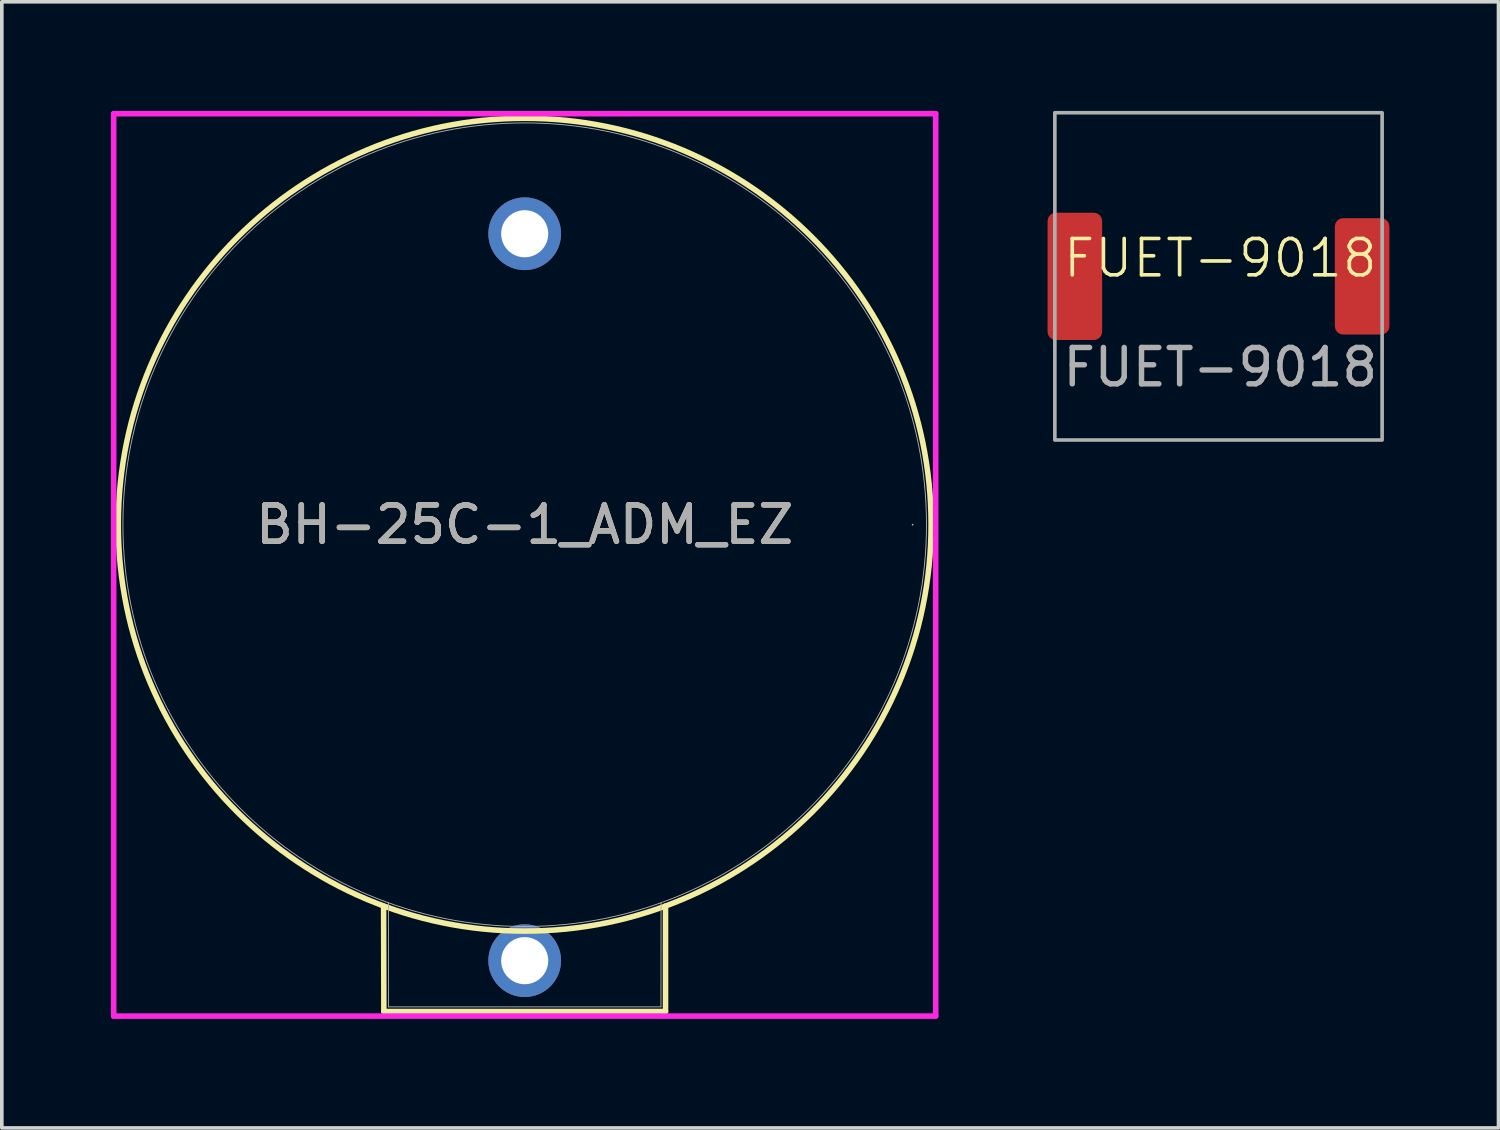
<source format=kicad_pcb>
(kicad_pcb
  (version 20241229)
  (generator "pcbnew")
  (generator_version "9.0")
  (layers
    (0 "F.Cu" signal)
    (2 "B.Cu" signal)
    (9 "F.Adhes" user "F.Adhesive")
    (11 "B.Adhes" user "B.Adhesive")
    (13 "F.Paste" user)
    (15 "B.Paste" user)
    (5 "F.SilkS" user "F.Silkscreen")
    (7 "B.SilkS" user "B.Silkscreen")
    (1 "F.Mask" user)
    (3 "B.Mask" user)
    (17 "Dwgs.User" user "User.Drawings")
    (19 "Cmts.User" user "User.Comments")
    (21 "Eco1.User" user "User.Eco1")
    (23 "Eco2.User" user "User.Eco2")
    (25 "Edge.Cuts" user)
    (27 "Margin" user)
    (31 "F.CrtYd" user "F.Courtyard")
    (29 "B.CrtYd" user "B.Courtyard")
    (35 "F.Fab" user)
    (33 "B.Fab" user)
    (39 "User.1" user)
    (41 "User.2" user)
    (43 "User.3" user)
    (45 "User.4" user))
  (footprint "FUET-9018"
    (layer "F.Cu")
    (at 30.458 4.55)
    (property "Reference" "FUET-9018" (at 0.05 -0.5 0) (unlocked yes) (layer "F.SilkS") (effects (font (size 1 1) (thickness 0.1))))
    (attr smd)
    (fp_rect (start -4.5 -4.5) (end 4.5 4.5) (stroke (width 0.1) (type solid)) (fill no) (layer "F.Fab"))
    (fp_text user "${REFERENCE}" (at 0.05 2.5 0) (unlocked yes) (layer "F.Fab") (effects (font (size 1 1) (thickness 0.15))))
    (pad "1" smd roundrect (at -3.95 0) (size 1.5 3.5) (layers "F.Cu" "F.Mask" "F.Paste") (roundrect_rratio 0.15))
    (pad "2" smd roundrect (at 3.95 0) (size 1.5 3.2) (layers "F.Cu" "F.Mask" "F.Paste") (roundrect_rratio 0.15)))
  (footprint "BH-25C-1_ADM_EZ"
    (layer "F.Cu")
    (at 11.379 3.378)
    (property "Reference" "BH-25C-1_ADM_EZ" (at 0 8.001 0) (unlocked yes) (layer "F.SilkS") (effects (font (size 1 1) (thickness 0.15))))
    (attr through_hole)
    (fp_line (start -3.88 18.49) (end -3.873 21.387) (stroke (width 0.152) (type solid)) (layer "F.SilkS"))
    (fp_line (start -3.873 21.387) (end 3.873 21.387) (stroke (width 0.152) (type solid)) (layer "F.SilkS"))
    (fp_line (start 3.873 21.387) (end 3.873 18.49) (stroke (width 0.152) (type solid)) (layer "F.SilkS"))
    (fp_circle (center 0 8.001) (end 11.176 8.001) (stroke (width 0.152) (type solid)) (fill no) (layer "F.SilkS"))
    (fp_line (start -11.303 -3.302) (end 11.303 -3.302) (stroke (width 0.152) (type solid)) (layer "F.CrtYd"))
    (fp_line (start -11.303 21.514) (end -11.303 -3.302) (stroke (width 0.152) (type solid)) (layer "F.CrtYd"))
    (fp_line (start 11.303 -3.302) (end 11.303 21.514) (stroke (width 0.152) (type solid)) (layer "F.CrtYd"))
    (fp_line (start 11.303 21.514) (end -11.303 21.514) (stroke (width 0.152) (type solid)) (layer "F.CrtYd"))
    (fp_line (start -3.747 18.4) (end -3.747 21.26) (stroke (width 0.025) (type solid)) (layer "F.Fab"))
    (fp_line (start -3.747 21.26) (end 3.747 21.26) (stroke (width 0.025) (type solid)) (layer "F.Fab"))
    (fp_line (start 3.747 21.26) (end 3.75 18.4) (stroke (width 0.025) (type solid)) (layer "F.Fab"))
    (fp_circle (center 0 8.001) (end 11.049 8.001) (stroke (width 0.025) (type solid)) (fill no) (layer "F.Fab"))
    (fp_circle (center 10.668 8.001) (end 10.668 8.001) (stroke (width 0.025) (type solid)) (fill no) (layer "F.Fab"))
    (fp_text user "${REFERENCE}" (at 0 8.001 0) (unlocked yes) (layer "F.Fab") (effects (font (size 1 1) (thickness 0.15))))
    (pad "1" thru_hole circle (at 0 19.99) (size 2 2) (drill 1.295) (layers "*.Cu" "*.Mask"))
    (pad "2" thru_hole circle (at 0 0) (size 2 2) (drill 1.295) (layers "*.Cu" "*.Mask")))
  (gr_rect
    (start -3 -3)
    (end 38.158 27.968)
    (stroke (width 0.1) (type default))
    (fill no)
    (layer "Edge.Cuts")))
</source>
